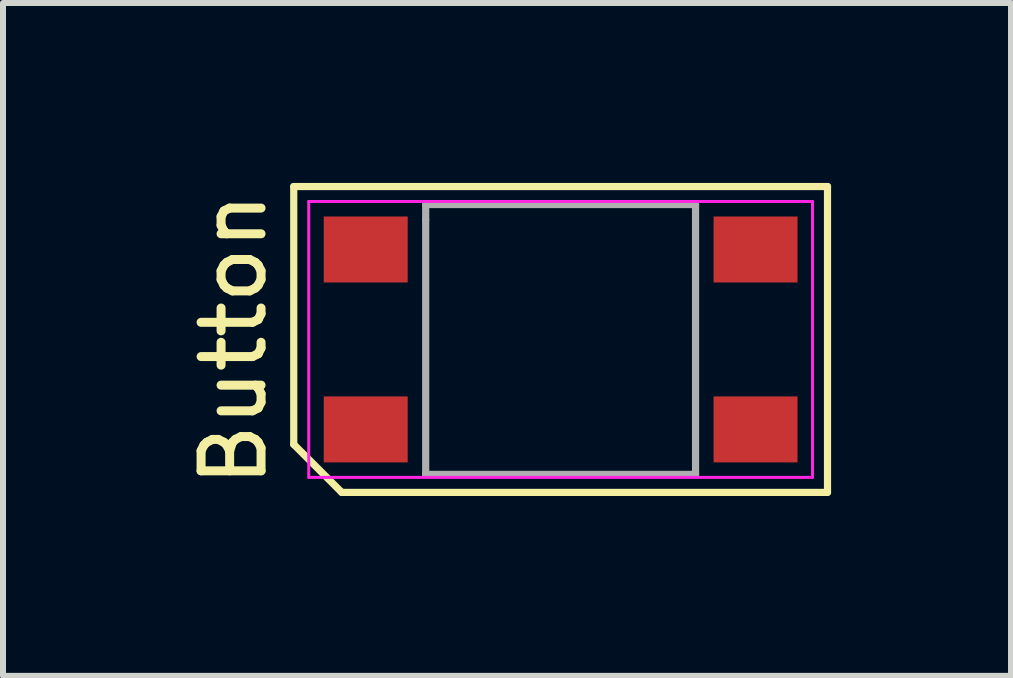
<source format=kicad_pcb>
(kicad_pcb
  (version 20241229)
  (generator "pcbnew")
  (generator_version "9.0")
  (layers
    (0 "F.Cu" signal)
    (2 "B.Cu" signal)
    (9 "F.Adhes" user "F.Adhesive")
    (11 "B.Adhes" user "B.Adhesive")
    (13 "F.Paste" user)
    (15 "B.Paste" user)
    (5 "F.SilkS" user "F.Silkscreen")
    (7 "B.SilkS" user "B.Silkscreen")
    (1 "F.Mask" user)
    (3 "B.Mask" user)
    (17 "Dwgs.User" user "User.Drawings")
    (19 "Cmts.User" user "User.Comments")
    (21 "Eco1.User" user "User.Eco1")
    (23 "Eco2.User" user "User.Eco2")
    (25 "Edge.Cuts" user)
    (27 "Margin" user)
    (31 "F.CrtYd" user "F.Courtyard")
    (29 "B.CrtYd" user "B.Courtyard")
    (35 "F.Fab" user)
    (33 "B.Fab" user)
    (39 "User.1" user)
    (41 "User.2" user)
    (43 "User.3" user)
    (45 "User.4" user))
  (footprint "Button"
    (layer "F.Cu")
    (at 6.298 2.61)
    (property "Reference" "Button" (at -5.45 0 90) (layer "F.SilkS") (effects (font (size 1 1) (thickness 0.15))))
    (attr smd)
    (fp_line (start -4.45 -2.55) (end 4.45 -2.55) (stroke (width 0.12) (type solid)) (layer "F.SilkS"))
    (fp_line (start -4.45 1.75) (end -4.45 -2.55) (stroke (width 0.12) (type solid)) (layer "F.SilkS"))
    (fp_line (start -3.65 2.55) (end -4.45 1.75) (stroke (width 0.12) (type solid)) (layer "F.SilkS"))
    (fp_line (start 4.45 -2.55) (end 4.45 2.55) (stroke (width 0.12) (type solid)) (layer "F.SilkS"))
    (fp_line (start 4.45 2.55) (end -3.65 2.55) (stroke (width 0.12) (type solid)) (layer "F.SilkS"))
    (fp_line (start -4.2 -2.3) (end 4.2 -2.3) (stroke (width 0.05) (type solid)) (layer "F.CrtYd"))
    (fp_line (start -4.2 2.3) (end -4.2 -2.3) (stroke (width 0.05) (type solid)) (layer "F.CrtYd"))
    (fp_line (start 4.2 -2.3) (end 4.2 2.3) (stroke (width 0.05) (type solid)) (layer "F.CrtYd"))
    (fp_line (start 4.2 2.3) (end -4.2 2.3) (stroke (width 0.05) (type solid)) (layer "F.CrtYd"))
    (fp_line (start -2.25 -2.25) (end -2.25 -2) (stroke (width 0.12) (type solid)) (layer "F.Fab"))
    (fp_line (start -2.25 -2) (end -2.25 2.25) (stroke (width 0.12) (type solid)) (layer "F.Fab"))
    (fp_line (start -2.25 2.25) (end 2.25 2.25) (stroke (width 0.12) (type solid)) (layer "F.Fab"))
    (fp_line (start 2.25 -2.25) (end -2.25 -2.25) (stroke (width 0.12) (type solid)) (layer "F.Fab"))
    (fp_line (start 2.25 2.25) (end 2.25 -2.25) (stroke (width 0.12) (type solid)) (layer "F.Fab"))
    (pad "1" smd rect (at -3.25 -1.5) (size 1.4 1.1) (layers "F.Cu" "F.Mask" "F.Paste"))
    (pad "2" smd rect (at 3.25 -1.5) (size 1.4 1.1) (layers "F.Cu" "F.Mask" "F.Paste"))
    (pad "3" smd rect (at -3.25 1.5) (size 1.4 1.1) (layers "F.Cu" "F.Mask" "F.Paste"))
    (pad "4" smd rect (at 3.25 1.5) (size 1.4 1.1) (layers "F.Cu" "F.Mask" "F.Paste")))
  (gr_rect
    (start -3 -3)
    (end 13.808 8.22)
    (stroke (width 0.1) (type default))
    (fill no)
    (layer "Edge.Cuts")))
</source>
